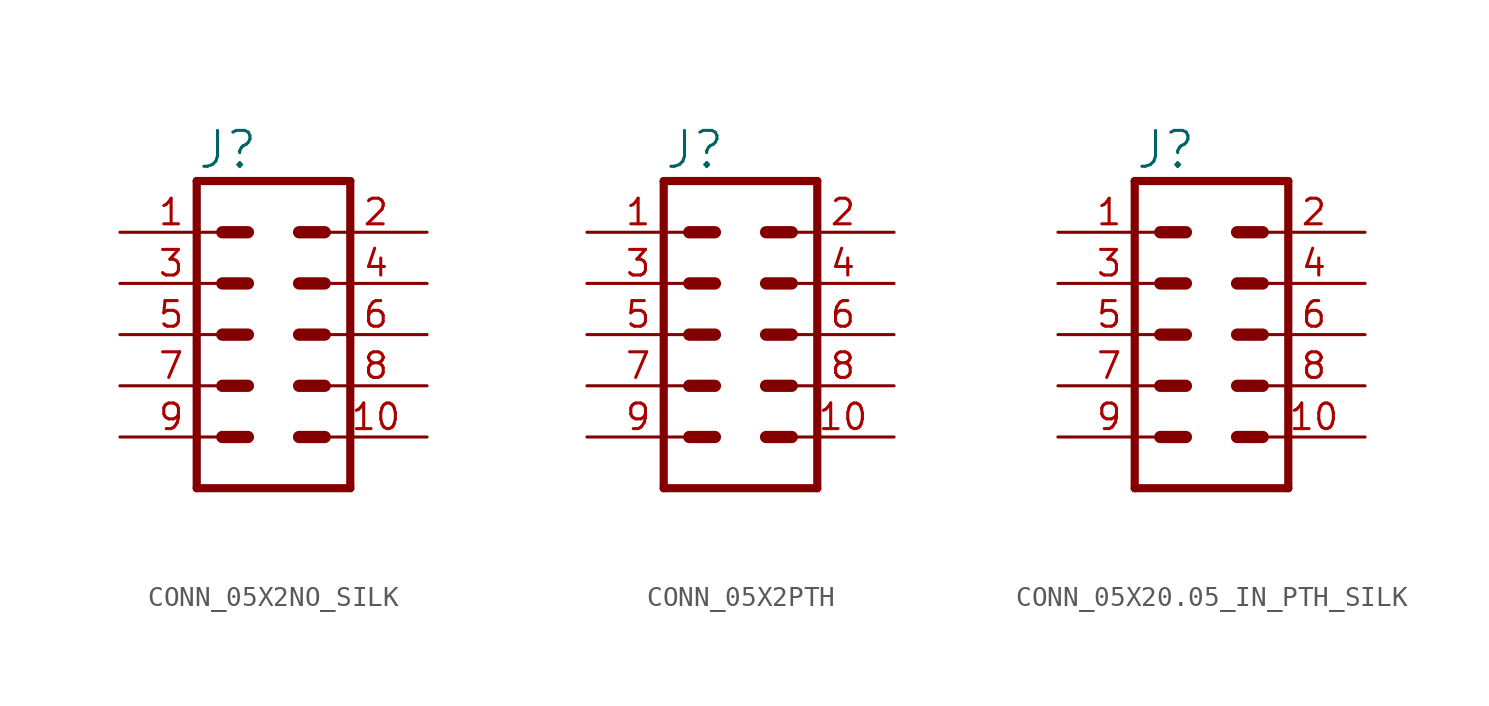
<source format=kicad_sym>
(kicad_symbol_lib
  (version 20220914)
  (generator kicad_symbol_editor)
  (symbol "CONN_05X2NO_SILK"
    (property "Reference" "J"
      (at -3.81 8.128 0)
      (effects (font (size 1.778 1.778)) (justify left bottom)))
    (property "Value" ""
      (at -3.81 -9.906 0)
      (effects (font (size 1.778 1.778)) (justify left bottom)))
    (property "ki_locked" ""
      (at 0 0 0)
      (effects (font (size 1.27 1.27))))
    (symbol "CONN_05X2NO_SILK_1_0"
      (polyline (pts (xy -3.81 7.62) (xy -3.81 -7.62)) (stroke (width 0.406) (type solid)) (fill (type none)))
      (polyline (pts (xy -3.81 7.62) (xy 3.81 7.62)) (stroke (width 0.406) (type solid)) (fill (type none)))
      (polyline (pts (xy -1.27 -5.08) (xy -2.54 -5.08)) (stroke (width 0.61) (type solid)) (fill (type none)))
      (polyline (pts (xy -1.27 -2.54) (xy -2.54 -2.54)) (stroke (width 0.61) (type solid)) (fill (type none)))
      (polyline (pts (xy -1.27 0) (xy -2.54 0)) (stroke (width 0.61) (type solid)) (fill (type none)))
      (polyline (pts (xy -1.27 2.54) (xy -2.54 2.54)) (stroke (width 0.61) (type solid)) (fill (type none)))
      (polyline (pts (xy -1.27 5.08) (xy -2.54 5.08)) (stroke (width 0.61) (type solid)) (fill (type none)))
      (polyline (pts (xy 1.27 -5.08) (xy 2.54 -5.08)) (stroke (width 0.61) (type solid)) (fill (type none)))
      (polyline (pts (xy 1.27 -2.54) (xy 2.54 -2.54)) (stroke (width 0.61) (type solid)) (fill (type none)))
      (polyline (pts (xy 1.27 0) (xy 2.54 0)) (stroke (width 0.61) (type solid)) (fill (type none)))
      (polyline (pts (xy 1.27 2.54) (xy 2.54 2.54)) (stroke (width 0.61) (type solid)) (fill (type none)))
      (polyline (pts (xy 1.27 5.08) (xy 2.54 5.08)) (stroke (width 0.61) (type solid)) (fill (type none)))
      (polyline (pts (xy 3.81 -7.62) (xy -3.81 -7.62)) (stroke (width 0.406) (type solid)) (fill (type none)))
      (polyline (pts (xy 3.81 -7.62) (xy 3.81 7.62)) (stroke (width 0.406) (type solid)) (fill (type none)))
      (pin passive line (at -7.62 5.08 0) (length 5.08) (name "1" (effects (font (size 0 0)))) (number "1" (effects (font (size 1.27 1.27)))))
      (pin passive line (at 7.62 -5.08 180) (length 5.08) (name "10" (effects (font (size 0 0)))) (number "10" (effects (font (size 1.27 1.27)))))
      (pin passive line (at 7.62 5.08 180) (length 5.08) (name "2" (effects (font (size 0 0)))) (number "2" (effects (font (size 1.27 1.27)))))
      (pin passive line (at -7.62 2.54 0) (length 5.08) (name "3" (effects (font (size 0 0)))) (number "3" (effects (font (size 1.27 1.27)))))
      (pin passive line (at 7.62 2.54 180) (length 5.08) (name "4" (effects (font (size 0 0)))) (number "4" (effects (font (size 1.27 1.27)))))
      (pin passive line (at -7.62 0 0) (length 5.08) (name "5" (effects (font (size 0 0)))) (number "5" (effects (font (size 1.27 1.27)))))
      (pin passive line (at 7.62 0 180) (length 5.08) (name "6" (effects (font (size 0 0)))) (number "6" (effects (font (size 1.27 1.27)))))
      (pin passive line (at -7.62 -2.54 0) (length 5.08) (name "7" (effects (font (size 0 0)))) (number "7" (effects (font (size 1.27 1.27)))))
      (pin passive line (at 7.62 -2.54 180) (length 5.08) (name "8" (effects (font (size 0 0)))) (number "8" (effects (font (size 1.27 1.27)))))
      (pin passive line (at -7.62 -5.08 0) (length 5.08) (name "9" (effects (font (size 0 0)))) (number "9" (effects (font (size 1.27 1.27)))))))
  (symbol "CONN_05X2PTH"
    (property "Reference" "J"
      (at -3.81 8.128 0)
      (effects (font (size 1.778 1.778)) (justify left bottom)))
    (property "Value" ""
      (at -3.81 -9.906 0)
      (effects (font (size 1.778 1.778)) (justify left bottom)))
    (property "ki_locked" ""
      (at 0 0 0)
      (effects (font (size 1.27 1.27))))
    (symbol "CONN_05X2PTH_1_0"
      (polyline (pts (xy -3.81 7.62) (xy -3.81 -7.62)) (stroke (width 0.406) (type solid)) (fill (type none)))
      (polyline (pts (xy -3.81 7.62) (xy 3.81 7.62)) (stroke (width 0.406) (type solid)) (fill (type none)))
      (polyline (pts (xy -1.27 -5.08) (xy -2.54 -5.08)) (stroke (width 0.61) (type solid)) (fill (type none)))
      (polyline (pts (xy -1.27 -2.54) (xy -2.54 -2.54)) (stroke (width 0.61) (type solid)) (fill (type none)))
      (polyline (pts (xy -1.27 0) (xy -2.54 0)) (stroke (width 0.61) (type solid)) (fill (type none)))
      (polyline (pts (xy -1.27 2.54) (xy -2.54 2.54)) (stroke (width 0.61) (type solid)) (fill (type none)))
      (polyline (pts (xy -1.27 5.08) (xy -2.54 5.08)) (stroke (width 0.61) (type solid)) (fill (type none)))
      (polyline (pts (xy 1.27 -5.08) (xy 2.54 -5.08)) (stroke (width 0.61) (type solid)) (fill (type none)))
      (polyline (pts (xy 1.27 -2.54) (xy 2.54 -2.54)) (stroke (width 0.61) (type solid)) (fill (type none)))
      (polyline (pts (xy 1.27 0) (xy 2.54 0)) (stroke (width 0.61) (type solid)) (fill (type none)))
      (polyline (pts (xy 1.27 2.54) (xy 2.54 2.54)) (stroke (width 0.61) (type solid)) (fill (type none)))
      (polyline (pts (xy 1.27 5.08) (xy 2.54 5.08)) (stroke (width 0.61) (type solid)) (fill (type none)))
      (polyline (pts (xy 3.81 -7.62) (xy -3.81 -7.62)) (stroke (width 0.406) (type solid)) (fill (type none)))
      (polyline (pts (xy 3.81 -7.62) (xy 3.81 7.62)) (stroke (width 0.406) (type solid)) (fill (type none)))
      (pin passive line (at -7.62 5.08 0) (length 5.08) (name "1" (effects (font (size 0 0)))) (number "1" (effects (font (size 1.27 1.27)))))
      (pin passive line (at 7.62 -5.08 180) (length 5.08) (name "10" (effects (font (size 0 0)))) (number "10" (effects (font (size 1.27 1.27)))))
      (pin passive line (at 7.62 5.08 180) (length 5.08) (name "2" (effects (font (size 0 0)))) (number "2" (effects (font (size 1.27 1.27)))))
      (pin passive line (at -7.62 2.54 0) (length 5.08) (name "3" (effects (font (size 0 0)))) (number "3" (effects (font (size 1.27 1.27)))))
      (pin passive line (at 7.62 2.54 180) (length 5.08) (name "4" (effects (font (size 0 0)))) (number "4" (effects (font (size 1.27 1.27)))))
      (pin passive line (at -7.62 0 0) (length 5.08) (name "5" (effects (font (size 0 0)))) (number "5" (effects (font (size 1.27 1.27)))))
      (pin passive line (at 7.62 0 180) (length 5.08) (name "6" (effects (font (size 0 0)))) (number "6" (effects (font (size 1.27 1.27)))))
      (pin passive line (at -7.62 -2.54 0) (length 5.08) (name "7" (effects (font (size 0 0)))) (number "7" (effects (font (size 1.27 1.27)))))
      (pin passive line (at 7.62 -2.54 180) (length 5.08) (name "8" (effects (font (size 0 0)))) (number "8" (effects (font (size 1.27 1.27)))))
      (pin passive line (at -7.62 -5.08 0) (length 5.08) (name "9" (effects (font (size 0 0)))) (number "9" (effects (font (size 1.27 1.27)))))))
  (symbol "CONN_05X20.05_IN_PTH_SILK"
    (property "Reference" "J"
      (at -3.81 8.128 0)
      (effects (font (size 1.778 1.778)) (justify left bottom)))
    (property "Value" ""
      (at -3.81 -9.906 0)
      (effects (font (size 1.778 1.778)) (justify left bottom)))
    (property "ki_locked" ""
      (at 0 0 0)
      (effects (font (size 1.27 1.27))))
    (symbol "CONN_05X20.05_IN_PTH_SILK_1_0"
      (polyline (pts (xy -3.81 7.62) (xy -3.81 -7.62)) (stroke (width 0.406) (type solid)) (fill (type none)))
      (polyline (pts (xy -3.81 7.62) (xy 3.81 7.62)) (stroke (width 0.406) (type solid)) (fill (type none)))
      (polyline (pts (xy -1.27 -5.08) (xy -2.54 -5.08)) (stroke (width 0.61) (type solid)) (fill (type none)))
      (polyline (pts (xy -1.27 -2.54) (xy -2.54 -2.54)) (stroke (width 0.61) (type solid)) (fill (type none)))
      (polyline (pts (xy -1.27 0) (xy -2.54 0)) (stroke (width 0.61) (type solid)) (fill (type none)))
      (polyline (pts (xy -1.27 2.54) (xy -2.54 2.54)) (stroke (width 0.61) (type solid)) (fill (type none)))
      (polyline (pts (xy -1.27 5.08) (xy -2.54 5.08)) (stroke (width 0.61) (type solid)) (fill (type none)))
      (polyline (pts (xy 1.27 -5.08) (xy 2.54 -5.08)) (stroke (width 0.61) (type solid)) (fill (type none)))
      (polyline (pts (xy 1.27 -2.54) (xy 2.54 -2.54)) (stroke (width 0.61) (type solid)) (fill (type none)))
      (polyline (pts (xy 1.27 0) (xy 2.54 0)) (stroke (width 0.61) (type solid)) (fill (type none)))
      (polyline (pts (xy 1.27 2.54) (xy 2.54 2.54)) (stroke (width 0.61) (type solid)) (fill (type none)))
      (polyline (pts (xy 1.27 5.08) (xy 2.54 5.08)) (stroke (width 0.61) (type solid)) (fill (type none)))
      (polyline (pts (xy 3.81 -7.62) (xy -3.81 -7.62)) (stroke (width 0.406) (type solid)) (fill (type none)))
      (polyline (pts (xy 3.81 -7.62) (xy 3.81 7.62)) (stroke (width 0.406) (type solid)) (fill (type none)))
      (pin passive line (at -7.62 5.08 0) (length 5.08) (name "1" (effects (font (size 0 0)))) (number "1" (effects (font (size 1.27 1.27)))))
      (pin passive line (at 7.62 -5.08 180) (length 5.08) (name "10" (effects (font (size 0 0)))) (number "10" (effects (font (size 1.27 1.27)))))
      (pin passive line (at 7.62 5.08 180) (length 5.08) (name "2" (effects (font (size 0 0)))) (number "2" (effects (font (size 1.27 1.27)))))
      (pin passive line (at -7.62 2.54 0) (length 5.08) (name "3" (effects (font (size 0 0)))) (number "3" (effects (font (size 1.27 1.27)))))
      (pin passive line (at 7.62 2.54 180) (length 5.08) (name "4" (effects (font (size 0 0)))) (number "4" (effects (font (size 1.27 1.27)))))
      (pin passive line (at -7.62 0 0) (length 5.08) (name "5" (effects (font (size 0 0)))) (number "5" (effects (font (size 1.27 1.27)))))
      (pin passive line (at 7.62 0 180) (length 5.08) (name "6" (effects (font (size 0 0)))) (number "6" (effects (font (size 1.27 1.27)))))
      (pin passive line (at -7.62 -2.54 0) (length 5.08) (name "7" (effects (font (size 0 0)))) (number "7" (effects (font (size 1.27 1.27)))))
      (pin passive line (at 7.62 -2.54 180) (length 5.08) (name "8" (effects (font (size 0 0)))) (number "8" (effects (font (size 1.27 1.27)))))
      (pin passive line (at -7.62 -5.08 0) (length 5.08) (name "9" (effects (font (size 0 0)))) (number "9" (effects (font (size 1.27 1.27))))))))
</source>
